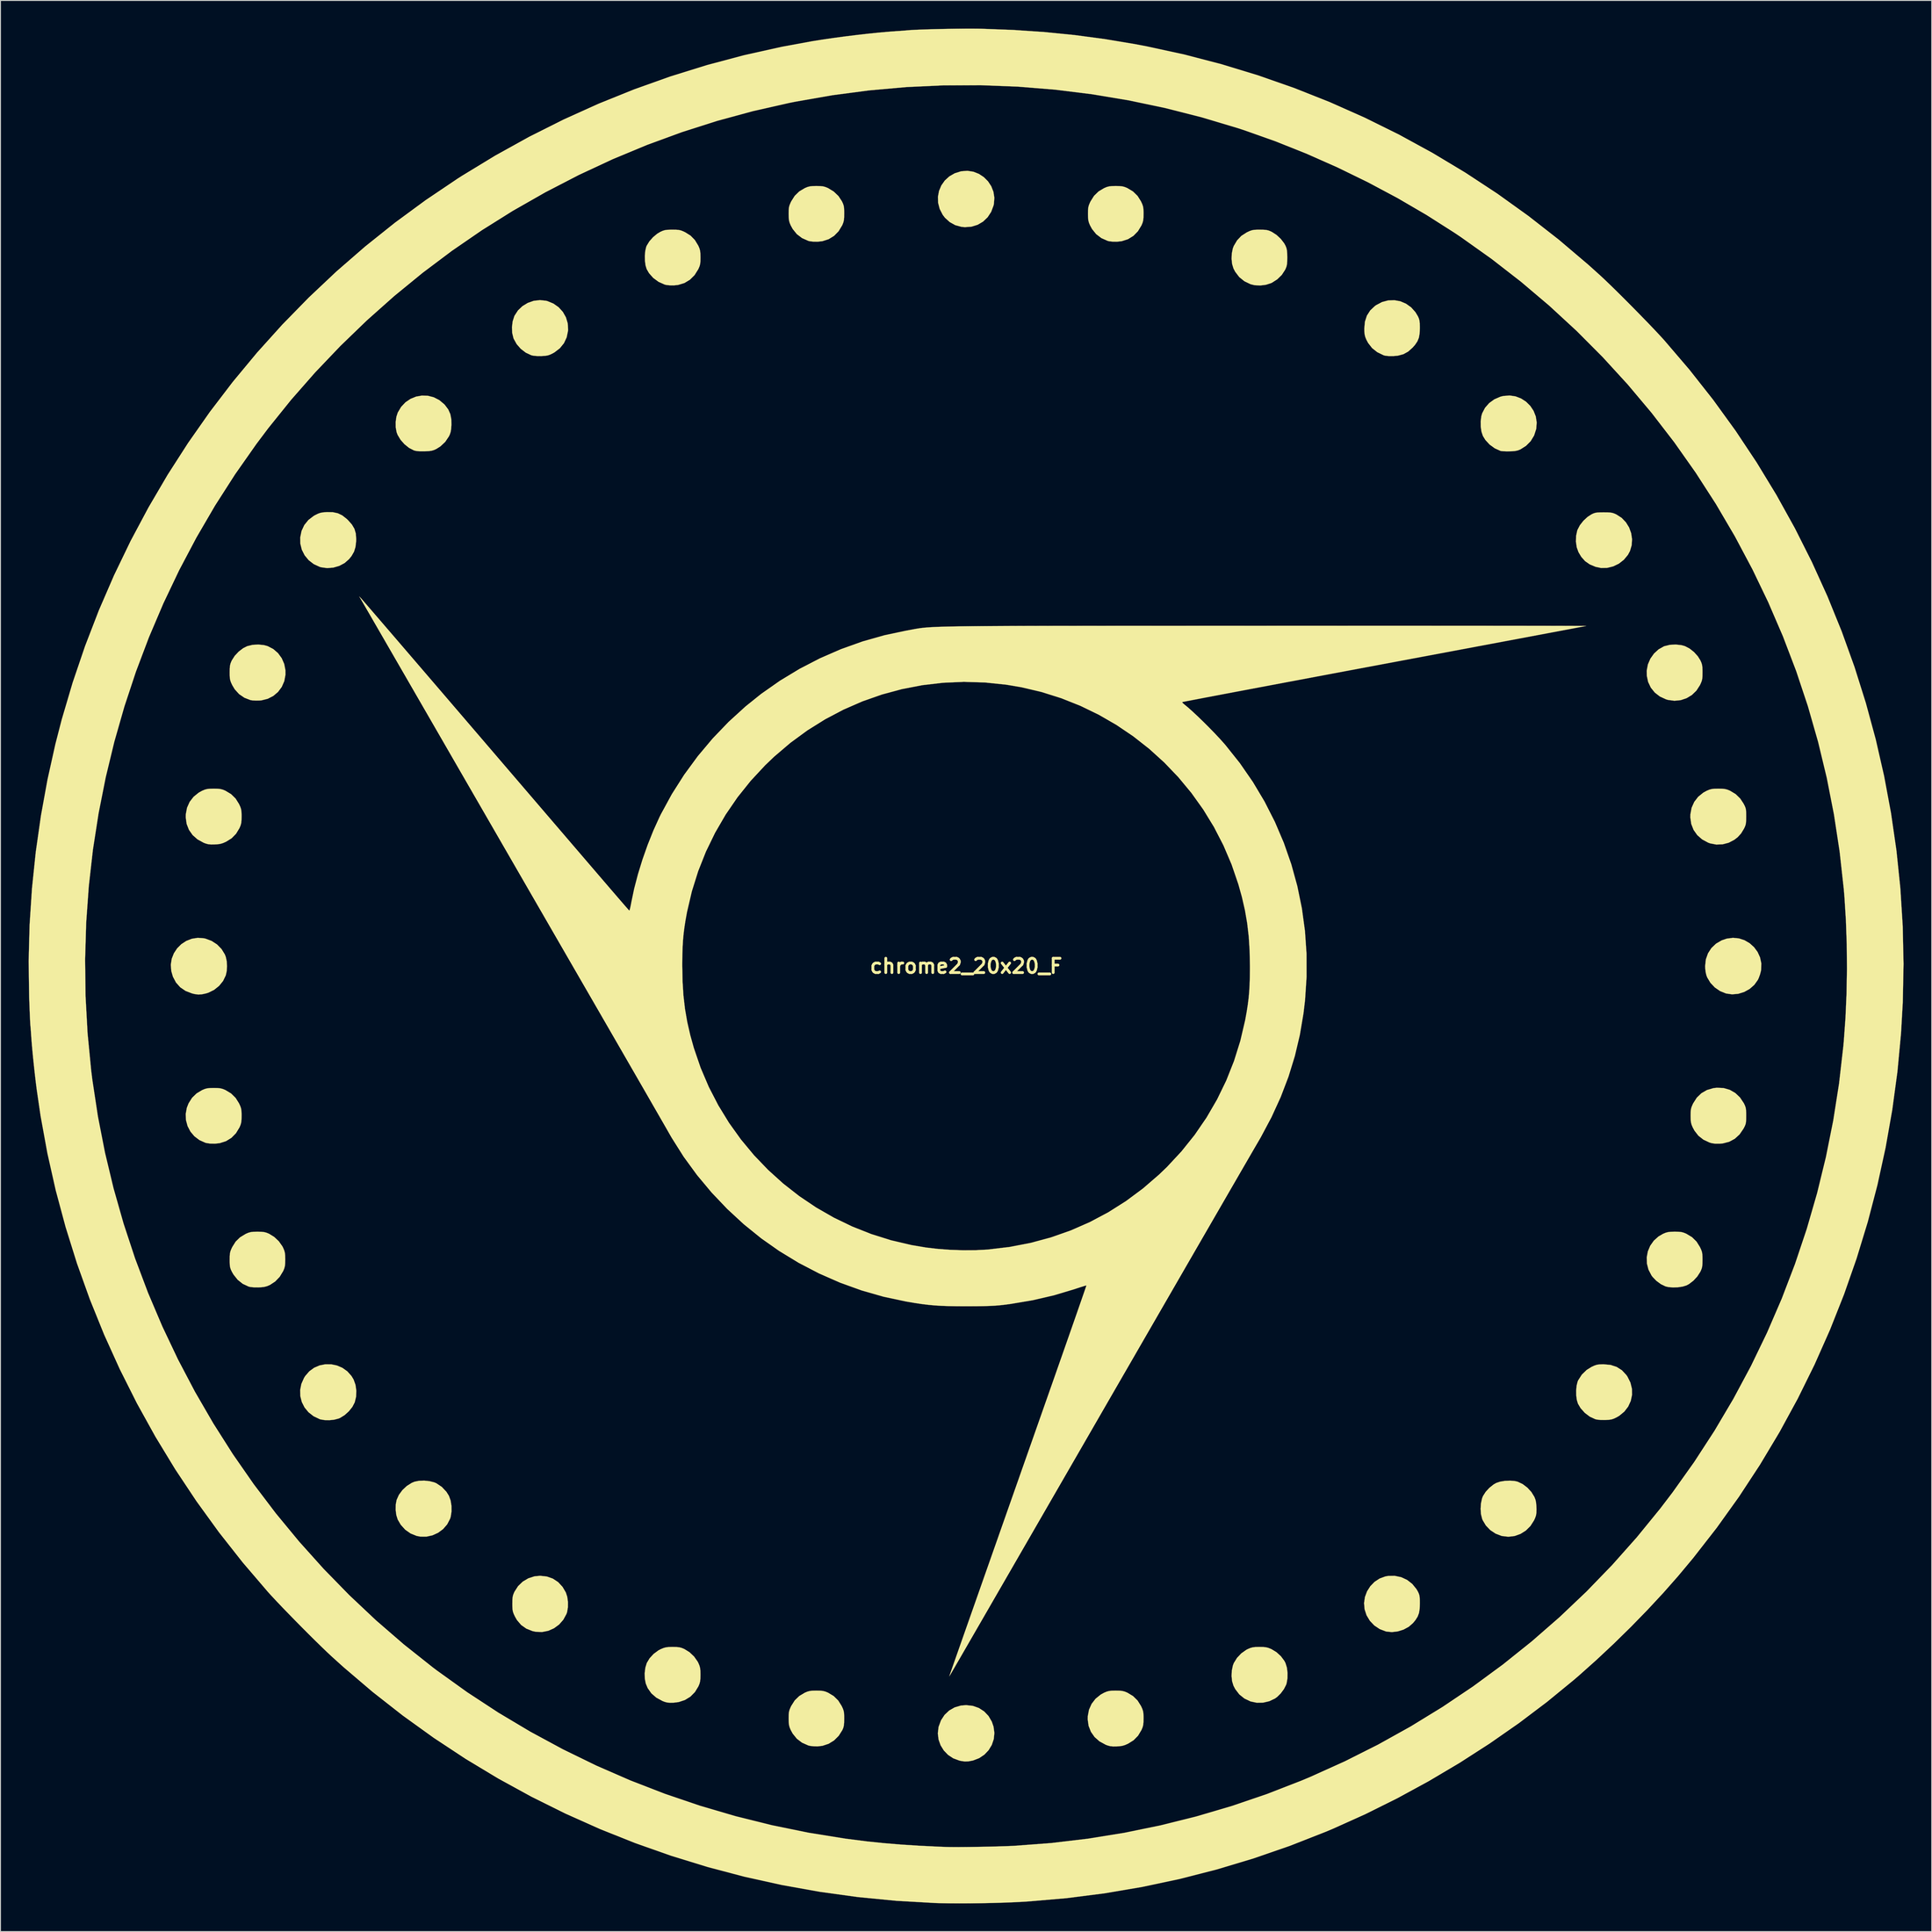
<source format=kicad_pcb>
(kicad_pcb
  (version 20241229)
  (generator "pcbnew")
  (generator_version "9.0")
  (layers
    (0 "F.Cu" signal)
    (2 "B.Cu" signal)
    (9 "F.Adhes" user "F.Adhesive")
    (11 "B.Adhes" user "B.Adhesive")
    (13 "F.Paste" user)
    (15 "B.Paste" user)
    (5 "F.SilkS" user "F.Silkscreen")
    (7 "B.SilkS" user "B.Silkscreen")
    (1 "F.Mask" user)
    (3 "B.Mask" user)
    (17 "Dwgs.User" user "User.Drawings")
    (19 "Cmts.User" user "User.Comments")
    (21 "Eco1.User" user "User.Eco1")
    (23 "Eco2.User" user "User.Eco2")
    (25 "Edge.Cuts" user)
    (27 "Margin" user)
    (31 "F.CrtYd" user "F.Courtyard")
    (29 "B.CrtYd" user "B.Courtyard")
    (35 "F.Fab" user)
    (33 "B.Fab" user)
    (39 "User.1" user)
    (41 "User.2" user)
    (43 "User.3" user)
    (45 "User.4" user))
  (footprint "chrome2_20x20_F"
    (layer "F.Cu")
    (at 99.97 99.97)
    (property "Reference" "chrome2_20x20_F" (at 0 0 0) (layer "F.SilkS") (effects (font (size 1.524 1.524) (thickness 0.3))))
    (attr through_hole)
    (fp_poly (pts (xy 0.78 -84.707) (xy 1.37 -84.474) (xy 1.895 -84.126) (xy 2.339 -83.681) (xy 2.685 -83.154) (xy 2.915 -82.566) (xy 3.014 -81.932) (xy 2.964 -81.271) (xy 2.927 -81.105) (xy 2.673 -80.428) (xy 2.294 -79.852) (xy 1.807 -79.389) (xy 1.229 -79.051) (xy 0.579 -78.85) (xy -0.126 -78.797) (xy -0.508 -78.833) (xy -1.159 -79.013) (xy -1.751 -79.342) (xy -2.257 -79.804) (xy -2.494 -80.116) (xy -2.816 -80.742) (xy -2.983 -81.388) (xy -3.003 -82.035) (xy -2.886 -82.661) (xy -2.639 -83.245) (xy -2.272 -83.768) (xy -1.793 -84.207) (xy -1.212 -84.542) (xy -0.537 -84.753) (xy -0.529 -84.755) (xy 0.141 -84.806) (xy 0.78 -84.707)) (stroke (width 0.01) (type solid)) (fill yes) (layer "F.SilkS"))
    (fp_poly (pts (xy 0.714 78.885) (xy 1.36 79.113) (xy 1.924 79.478) (xy 2.39 79.967) (xy 2.742 80.569) (xy 2.927 81.105) (xy 3.016 81.776) (xy 2.949 82.432) (xy 2.741 83.05) (xy 2.403 83.608) (xy 1.952 84.084) (xy 1.399 84.457) (xy 0.758 84.704) (xy 0.69 84.721) (xy 0.248 84.804) (xy -0.128 84.818) (xy -0.531 84.762) (xy -0.73 84.716) (xy -1.367 84.48) (xy -1.92 84.115) (xy -2.376 83.643) (xy -2.719 83.087) (xy -2.937 82.472) (xy -3.015 81.819) (xy -2.938 81.151) (xy -2.927 81.105) (xy -2.673 80.424) (xy -2.294 79.846) (xy -1.805 79.384) (xy -1.221 79.049) (xy -0.558 78.854) (xy 0 78.807) (xy 0.714 78.885)) (stroke (width 0.01) (type solid)) (fill yes) (layer "F.SilkS"))
    (fp_poly (pts (xy -81.274 -2.965) (xy -81.105 -2.927) (xy -80.45 -2.68) (xy -79.873 -2.304) (xy -79.398 -1.82) (xy -79.048 -1.249) (xy -78.945 -0.988) (xy -78.845 -0.528) (xy -78.812 0.01) (xy -78.847 0.546) (xy -78.945 0.988) (xy -79.232 1.583) (xy -79.654 2.106) (xy -80.185 2.531) (xy -80.796 2.834) (xy -81.065 2.918) (xy -81.502 3.011) (xy -81.869 3.034) (xy -82.248 2.985) (xy -82.548 2.912) (xy -83.229 2.649) (xy -83.799 2.26) (xy -84.252 1.752) (xy -84.579 1.133) (xy -84.754 0.527) (xy -84.806 -0.142) (xy -84.708 -0.779) (xy -84.475 -1.369) (xy -84.128 -1.894) (xy -83.682 -2.338) (xy -83.156 -2.683) (xy -82.567 -2.914) (xy -81.934 -3.014) (xy -81.274 -2.965)) (stroke (width 0.01) (type solid)) (fill yes) (layer "F.SilkS"))
    (fp_poly (pts (xy -67.696 42.464) (xy -67.082 42.593) (xy -66.503 42.844) (xy -65.982 43.216) (xy -65.544 43.707) (xy -65.315 44.086) (xy -65.112 44.653) (xy -65.023 45.289) (xy -65.053 45.937) (xy -65.196 46.524) (xy -65.447 47.007) (xy -65.821 47.474) (xy -66.271 47.879) (xy -66.754 48.179) (xy -66.915 48.248) (xy -67.367 48.366) (xy -67.884 48.422) (xy -68.398 48.414) (xy -68.841 48.34) (xy -68.932 48.311) (xy -69.584 47.998) (xy -70.123 47.575) (xy -70.543 47.064) (xy -70.835 46.486) (xy -70.994 45.861) (xy -71.012 45.21) (xy -70.883 44.554) (xy -70.599 43.914) (xy -70.474 43.715) (xy -70.035 43.207) (xy -69.515 42.829) (xy -68.936 42.58) (xy -68.322 42.459) (xy -67.696 42.464)) (stroke (width 0.01) (type solid)) (fill yes) (layer "F.SilkS"))
    (fp_poly (pts (xy -57.21 54.926) (xy -56.702 55.057) (xy -56.491 55.148) (xy -55.903 55.542) (xy -55.417 56.06) (xy -55.148 56.491) (xy -54.97 56.981) (xy -54.877 57.557) (xy -54.872 58.157) (xy -54.958 58.717) (xy -55.028 58.94) (xy -55.337 59.532) (xy -55.77 60.031) (xy -56.3 60.424) (xy -56.901 60.698) (xy -57.547 60.839) (xy -58.211 60.835) (xy -58.595 60.76) (xy -59.238 60.501) (xy -59.808 60.1) (xy -60.282 59.576) (xy -60.606 59.023) (xy -60.757 58.545) (xy -60.829 57.987) (xy -60.818 57.417) (xy -60.725 56.925) (xy -60.483 56.385) (xy -60.108 55.876) (xy -59.638 55.436) (xy -59.109 55.104) (xy -58.813 54.981) (xy -58.331 54.883) (xy -57.775 54.866) (xy -57.21 54.926)) (stroke (width 0.01) (type solid)) (fill yes) (layer "F.SilkS"))
    (fp_poly (pts (xy 82.412 -2.953) (xy 83.013 -2.753) (xy 83.557 -2.435) (xy 84.024 -2.014) (xy 84.398 -1.507) (xy 84.661 -0.931) (xy 84.795 -0.303) (xy 84.783 0.361) (xy 84.755 0.529) (xy 84.659 0.897) (xy 84.522 1.271) (xy 84.43 1.469) (xy 84.049 2.001) (xy 83.554 2.435) (xy 82.974 2.757) (xy 82.341 2.954) (xy 81.686 3.013) (xy 81.039 2.921) (xy 81.026 2.917) (xy 80.4 2.663) (xy 79.841 2.277) (xy 79.376 1.787) (xy 79.036 1.221) (xy 78.945 0.988) (xy 78.871 0.679) (xy 78.821 0.295) (xy 78.807 0) (xy 78.885 -0.714) (xy 79.113 -1.36) (xy 79.478 -1.924) (xy 79.967 -2.39) (xy 80.569 -2.742) (xy 81.105 -2.927) (xy 81.77 -3.016) (xy 82.412 -2.953)) (stroke (width 0.01) (type solid)) (fill yes) (layer "F.SilkS"))
    (fp_poly (pts (xy -67.527 -48.4) (xy -66.998 -48.288) (xy -66.523 -48.058) (xy -66.055 -47.691) (xy -65.906 -47.549) (xy -65.497 -47.087) (xy -65.227 -46.63) (xy -65.08 -46.131) (xy -65.037 -45.546) (xy -65.044 -45.297) (xy -65.113 -44.693) (xy -65.269 -44.19) (xy -65.533 -43.729) (xy -65.798 -43.398) (xy -66.272 -42.982) (xy -66.844 -42.677) (xy -67.476 -42.493) (xy -68.131 -42.44) (xy -68.771 -42.527) (xy -68.93 -42.574) (xy -69.565 -42.868) (xy -70.104 -43.285) (xy -70.532 -43.804) (xy -70.834 -44.401) (xy -70.995 -45.056) (xy -71.006 -45.702) (xy -70.861 -46.407) (xy -70.567 -47.033) (xy -70.134 -47.569) (xy -69.567 -48.004) (xy -69.407 -48.095) (xy -69.103 -48.244) (xy -68.836 -48.336) (xy -68.536 -48.386) (xy -68.157 -48.412) (xy -67.527 -48.4)) (stroke (width 0.01) (type solid)) (fill yes) (layer "F.SilkS"))
    (fp_poly (pts (xy 46.399 65.166) (xy 47.027 65.456) (xy 47.575 65.883) (xy 48.023 66.434) (xy 48.162 66.671) (xy 48.265 66.884) (xy 48.331 67.081) (xy 48.368 67.309) (xy 48.384 67.618) (xy 48.386 67.987) (xy 48.366 68.545) (xy 48.293 68.988) (xy 48.151 69.366) (xy 47.921 69.732) (xy 47.655 70.056) (xy 47.204 70.45) (xy 46.648 70.751) (xy 46.033 70.945) (xy 45.403 71.019) (xy 44.803 70.957) (xy 44.767 70.949) (xy 44.11 70.699) (xy 43.533 70.314) (xy 43.057 69.814) (xy 42.702 69.221) (xy 42.496 68.591) (xy 42.438 67.926) (xy 42.531 67.278) (xy 42.759 66.67) (xy 43.106 66.124) (xy 43.555 65.663) (xy 44.093 65.309) (xy 44.702 65.085) (xy 44.984 65.033) (xy 45.711 65.021) (xy 46.399 65.166)) (stroke (width 0.01) (type solid)) (fill yes) (layer "F.SilkS"))
    (fp_poly (pts (xy -44.708 65.092) (xy -44.063 65.32) (xy -43.5 65.693) (xy -43.028 66.206) (xy -42.681 66.798) (xy -42.53 67.261) (xy -42.457 67.806) (xy -42.461 68.367) (xy -42.545 68.877) (xy -42.614 69.081) (xy -42.95 69.698) (xy -43.4 70.211) (xy -43.941 70.608) (xy -44.549 70.878) (xy -45.201 71.009) (xy -45.874 70.989) (xy -46.228 70.914) (xy -46.893 70.651) (xy -47.446 70.26) (xy -47.891 69.739) (xy -48.108 69.361) (xy -48.242 69.075) (xy -48.324 68.84) (xy -48.368 68.597) (xy -48.385 68.286) (xy -48.387 67.989) (xy -48.381 67.585) (xy -48.356 67.294) (xy -48.302 67.059) (xy -48.209 66.823) (xy -48.15 66.701) (xy -47.772 66.115) (xy -47.277 65.639) (xy -46.69 65.288) (xy -46.034 65.075) (xy -45.429 65.015) (xy -44.708 65.092)) (stroke (width 0.01) (type solid)) (fill yes) (layer "F.SilkS"))
    (fp_poly (pts (xy 58.585 -60.754) (xy 59.181 -60.526) (xy 59.713 -60.181) (xy 60.162 -59.735) (xy 60.513 -59.207) (xy 60.747 -58.614) (xy 60.847 -57.972) (xy 60.797 -57.299) (xy 60.79 -57.267) (xy 60.568 -56.578) (xy 60.203 -55.977) (xy 59.706 -55.477) (xy 59.111 -55.101) (xy 58.853 -54.995) (xy 58.569 -54.931) (xy 58.203 -54.897) (xy 57.954 -54.889) (xy 57.586 -54.888) (xy 57.261 -54.902) (xy 57.031 -54.927) (xy 56.981 -54.939) (xy 56.374 -55.215) (xy 55.824 -55.615) (xy 55.371 -56.109) (xy 55.111 -56.533) (xy 54.959 -56.984) (xy 54.879 -57.527) (xy 54.873 -58.099) (xy 54.943 -58.64) (xy 55.031 -58.945) (xy 55.339 -59.534) (xy 55.78 -60.038) (xy 56.33 -60.437) (xy 56.964 -60.713) (xy 57.267 -60.79) (xy 57.941 -60.848) (xy 58.585 -60.754)) (stroke (width 0.01) (type solid)) (fill yes) (layer "F.SilkS"))
    (fp_poly (pts (xy -44.79 -70.948) (xy -44.657 -70.914) (xy -44.008 -70.648) (xy -43.451 -70.256) (xy -43.001 -69.76) (xy -42.672 -69.18) (xy -42.48 -68.538) (xy -42.439 -67.856) (xy -42.447 -67.751) (xy -42.593 -67.046) (xy -42.886 -66.421) (xy -43.32 -65.885) (xy -43.887 -65.449) (xy -44.046 -65.358) (xy -44.344 -65.211) (xy -44.6 -65.122) (xy -44.883 -65.075) (xy -45.262 -65.052) (xy -45.297 -65.05) (xy -45.78 -65.054) (xy -46.182 -65.096) (xy -46.37 -65.141) (xy -46.954 -65.415) (xy -47.485 -65.822) (xy -47.926 -66.327) (xy -48.241 -66.896) (xy -48.264 -66.954) (xy -48.399 -67.512) (xy -48.427 -68.133) (xy -48.351 -68.753) (xy -48.174 -69.307) (xy -48.148 -69.361) (xy -47.785 -69.919) (xy -47.306 -70.376) (xy -46.738 -70.72) (xy -46.111 -70.939) (xy -45.452 -71.019) (xy -44.79 -70.948)) (stroke (width 0.01) (type solid)) (fill yes) (layer "F.SilkS"))
    (fp_poly (pts (xy 68.406 -48.383) (xy 68.706 -48.364) (xy 68.937 -48.321) (xy 69.15 -48.247) (xy 69.354 -48.152) (xy 69.908 -47.793) (xy 70.358 -47.323) (xy 70.698 -46.771) (xy 70.919 -46.162) (xy 71.013 -45.524) (xy 70.974 -44.883) (xy 70.794 -44.266) (xy 70.576 -43.857) (xy 70.139 -43.33) (xy 69.606 -42.915) (xy 69.004 -42.624) (xy 68.362 -42.466) (xy 67.707 -42.453) (xy 67.127 -42.575) (xy 66.504 -42.838) (xy 66.006 -43.184) (xy 65.6 -43.642) (xy 65.305 -44.136) (xy 65.118 -44.655) (xy 65.031 -45.252) (xy 65.047 -45.867) (xy 65.169 -46.438) (xy 65.198 -46.522) (xy 65.453 -47.011) (xy 65.827 -47.487) (xy 66.274 -47.901) (xy 66.675 -48.163) (xy 66.887 -48.266) (xy 67.084 -48.332) (xy 67.314 -48.368) (xy 67.625 -48.384) (xy 67.987 -48.387) (xy 68.406 -48.383)) (stroke (width 0.01) (type solid)) (fill yes) (layer "F.SilkS"))
    (fp_poly (pts (xy 76.288 -34.221) (xy 76.662 -34.115) (xy 77.149 -33.86) (xy 77.621 -33.486) (xy 78.027 -33.036) (xy 78.292 -32.613) (xy 78.407 -32.358) (xy 78.477 -32.13) (xy 78.514 -31.872) (xy 78.527 -31.526) (xy 78.528 -31.325) (xy 78.523 -30.929) (xy 78.5 -30.644) (xy 78.447 -30.409) (xy 78.351 -30.166) (xy 78.25 -29.953) (xy 77.875 -29.373) (xy 77.391 -28.908) (xy 76.822 -28.566) (xy 76.192 -28.358) (xy 75.527 -28.294) (xy 74.849 -28.384) (xy 74.634 -28.447) (xy 73.981 -28.749) (xy 73.438 -29.17) (xy 73.017 -29.694) (xy 72.729 -30.302) (xy 72.586 -30.977) (xy 72.58 -31.512) (xy 72.705 -32.169) (xy 72.971 -32.784) (xy 73.357 -33.328) (xy 73.841 -33.773) (xy 74.404 -34.09) (xy 74.472 -34.116) (xy 75.04 -34.256) (xy 75.67 -34.291) (xy 76.288 -34.221)) (stroke (width 0.01) (type solid)) (fill yes) (layer "F.SilkS"))
    (fp_poly (pts (xy -74.859 -34.225) (xy -74.476 -34.118) (xy -73.879 -33.808) (xy -73.376 -33.372) (xy -72.982 -32.834) (xy -72.713 -32.217) (xy -72.582 -31.546) (xy -72.579 -31.071) (xy -72.707 -30.384) (xy -72.978 -29.766) (xy -73.374 -29.235) (xy -73.878 -28.809) (xy -74.471 -28.505) (xy -75.137 -28.339) (xy -75.366 -28.318) (xy -75.727 -28.313) (xy -76.067 -28.33) (xy -76.307 -28.365) (xy -76.954 -28.614) (xy -77.522 -29.003) (xy -77.988 -29.517) (xy -78.25 -29.953) (xy -78.383 -30.238) (xy -78.465 -30.472) (xy -78.509 -30.715) (xy -78.526 -31.025) (xy -78.528 -31.325) (xy -78.522 -31.729) (xy -78.497 -32.021) (xy -78.443 -32.256) (xy -78.349 -32.492) (xy -78.291 -32.613) (xy -77.985 -33.09) (xy -77.569 -33.533) (xy -77.094 -33.896) (xy -76.662 -34.115) (xy -76.097 -34.254) (xy -75.472 -34.291) (xy -74.859 -34.225)) (stroke (width 0.01) (type solid)) (fill yes) (layer "F.SilkS"))
    (fp_poly (pts (xy -57.389 -60.815) (xy -56.767 -60.655) (xy -56.179 -60.355) (xy -55.648 -59.911) (xy -55.58 -59.837) (xy -55.225 -59.364) (xy -55 -58.863) (xy -54.891 -58.293) (xy -54.883 -57.7) (xy -54.912 -57.277) (xy -54.965 -56.961) (xy -55.053 -56.692) (xy -55.148 -56.491) (xy -55.543 -55.903) (xy -56.062 -55.416) (xy -56.491 -55.147) (xy -56.741 -55.032) (xy -56.983 -54.959) (xy -57.273 -54.917) (xy -57.667 -54.895) (xy -57.743 -54.892) (xy -58.28 -54.894) (xy -58.676 -54.937) (xy -58.886 -54.993) (xy -59.403 -55.261) (xy -59.889 -55.652) (xy -60.307 -56.125) (xy -60.616 -56.64) (xy -60.725 -56.925) (xy -60.821 -57.445) (xy -60.828 -58.02) (xy -60.749 -58.58) (xy -60.603 -59.027) (xy -60.241 -59.635) (xy -59.779 -60.123) (xy -59.241 -60.488) (xy -58.648 -60.728) (xy -58.024 -60.838) (xy -57.389 -60.815)) (stroke (width 0.01) (type solid)) (fill yes) (layer "F.SilkS"))
    (fp_poly (pts (xy 46.307 -70.89) (xy 46.911 -70.633) (xy 47.455 -70.245) (xy 47.915 -69.731) (xy 48.188 -69.276) (xy 48.283 -69.055) (xy 48.343 -68.832) (xy 48.374 -68.554) (xy 48.385 -68.173) (xy 48.386 -68.03) (xy 48.363 -67.461) (xy 48.282 -67.007) (xy 48.123 -66.618) (xy 47.869 -66.243) (xy 47.62 -65.959) (xy 47.146 -65.534) (xy 46.635 -65.252) (xy 46.049 -65.094) (xy 45.558 -65.048) (xy 45.046 -65.051) (xy 44.658 -65.098) (xy 44.521 -65.137) (xy 43.846 -65.465) (xy 43.298 -65.898) (xy 42.87 -66.448) (xy 42.683 -66.798) (xy 42.566 -67.085) (xy 42.498 -67.362) (xy 42.468 -67.696) (xy 42.463 -67.987) (xy 42.531 -68.721) (xy 42.741 -69.364) (xy 43.096 -69.919) (xy 43.595 -70.388) (xy 43.723 -70.479) (xy 44.349 -70.809) (xy 45.003 -70.984) (xy 45.663 -71.009) (xy 46.307 -70.89)) (stroke (width 0.01) (type solid)) (fill yes) (layer "F.SilkS"))
    (fp_poly (pts (xy 58.516 54.911) (xy 58.813 54.981) (xy 59.353 55.239) (xy 59.856 55.621) (xy 60.284 56.09) (xy 60.602 56.61) (xy 60.722 56.925) (xy 60.775 57.19) (xy 60.812 57.548) (xy 60.827 57.918) (xy 60.817 58.294) (xy 60.771 58.582) (xy 60.671 58.867) (xy 60.556 59.114) (xy 60.176 59.708) (xy 59.69 60.19) (xy 59.12 60.548) (xy 58.49 60.773) (xy 57.824 60.851) (xy 57.145 60.773) (xy 57.098 60.761) (xy 56.461 60.517) (xy 55.895 60.14) (xy 55.428 59.654) (xy 55.087 59.083) (xy 55.029 58.94) (xy 54.906 58.445) (xy 54.865 57.875) (xy 54.904 57.295) (xy 55.019 56.768) (xy 55.118 56.515) (xy 55.404 56.067) (xy 55.799 55.636) (xy 56.248 55.278) (xy 56.529 55.117) (xy 56.95 54.975) (xy 57.466 54.891) (xy 58.01 54.869) (xy 58.516 54.911)) (stroke (width 0.01) (type solid)) (fill yes) (layer "F.SilkS"))
    (fp_poly (pts (xy 68.726 42.531) (xy 69.373 42.743) (xy 69.93 43.097) (xy 70.398 43.595) (xy 70.522 43.775) (xy 70.839 44.41) (xy 71 45.069) (xy 71.01 45.731) (xy 70.875 46.372) (xy 70.601 46.97) (xy 70.194 47.502) (xy 69.66 47.945) (xy 69.407 48.095) (xy 69.11 48.242) (xy 68.853 48.331) (xy 68.57 48.379) (xy 68.191 48.402) (xy 68.157 48.403) (xy 67.674 48.4) (xy 67.272 48.357) (xy 67.083 48.312) (xy 66.505 48.042) (xy 65.973 47.638) (xy 65.528 47.138) (xy 65.249 46.666) (xy 65.127 46.271) (xy 65.062 45.779) (xy 65.055 45.249) (xy 65.104 44.739) (xy 65.211 44.309) (xy 65.266 44.178) (xy 65.661 43.562) (xy 66.176 43.063) (xy 66.699 42.739) (xy 67.006 42.597) (xy 67.259 42.513) (xy 67.528 42.473) (xy 67.88 42.461) (xy 67.986 42.46) (xy 68.726 42.531)) (stroke (width 0.01) (type solid)) (fill yes) (layer "F.SilkS"))
    (fp_poly (pts (xy 31.686 72.609) (xy 31.983 72.64) (xy 32.239 72.706) (xy 32.519 72.82) (xy 32.574 72.845) (xy 33.097 73.163) (xy 33.566 73.591) (xy 33.934 74.083) (xy 34.057 74.319) (xy 34.205 74.798) (xy 34.277 75.362) (xy 34.269 75.94) (xy 34.18 76.466) (xy 34.126 76.636) (xy 33.889 77.1) (xy 33.551 77.556) (xy 33.161 77.94) (xy 32.942 78.099) (xy 32.332 78.388) (xy 31.667 78.541) (xy 30.989 78.551) (xy 30.342 78.415) (xy 30.336 78.413) (xy 29.681 78.104) (xy 29.137 77.666) (xy 28.703 77.1) (xy 28.512 76.736) (xy 28.368 76.263) (xy 28.31 75.707) (xy 28.337 75.128) (xy 28.447 74.59) (xy 28.548 74.321) (xy 28.887 73.774) (xy 29.347 73.287) (xy 29.882 72.909) (xy 30.04 72.828) (xy 30.313 72.713) (xy 30.565 72.644) (xy 30.859 72.611) (xy 31.255 72.602) (xy 31.284 72.602) (xy 31.686 72.609)) (stroke (width 0.01) (type solid)) (fill yes) (layer "F.SilkS"))
    (fp_poly (pts (xy -79.815 13.004) (xy -79.517 13.036) (xy -79.264 13.102) (xy -78.995 13.214) (xy -78.984 13.219) (xy -78.377 13.584) (xy -77.896 14.056) (xy -77.534 14.633) (xy -77.398 14.927) (xy -77.316 15.169) (xy -77.274 15.424) (xy -77.259 15.755) (xy -77.258 15.958) (xy -77.266 16.364) (xy -77.298 16.663) (xy -77.364 16.916) (xy -77.475 17.184) (xy -77.481 17.197) (xy -77.858 17.818) (xy -78.341 18.31) (xy -78.919 18.666) (xy -79.58 18.878) (xy -80.079 18.936) (xy -80.612 18.928) (xy -81.049 18.859) (xy -81.122 18.838) (xy -81.757 18.552) (xy -82.291 18.146) (xy -82.713 17.644) (xy -83.014 17.067) (xy -83.185 16.438) (xy -83.217 15.78) (xy -83.098 15.115) (xy -82.909 14.633) (xy -82.535 14.042) (xy -82.051 13.573) (xy -81.459 13.219) (xy -81.189 13.106) (xy -80.936 13.038) (xy -80.64 13.005) (xy -80.239 12.996) (xy -80.222 12.996) (xy -79.815 13.004)) (stroke (width 0.01) (type solid)) (fill yes) (layer "F.SilkS"))
    (fp_poly (pts (xy 75.97 28.33) (xy 76.267 28.36) (xy 76.517 28.425) (xy 76.783 28.535) (xy 76.803 28.544) (xy 77.409 28.909) (xy 77.89 29.38) (xy 78.252 29.959) (xy 78.384 30.242) (xy 78.466 30.475) (xy 78.509 30.718) (xy 78.525 31.029) (xy 78.527 31.325) (xy 78.521 31.725) (xy 78.497 32.012) (xy 78.444 32.243) (xy 78.352 32.473) (xy 78.28 32.62) (xy 77.965 33.107) (xy 77.549 33.552) (xy 77.082 33.908) (xy 76.815 34.051) (xy 76.406 34.176) (xy 75.906 34.25) (xy 75.378 34.268) (xy 74.89 34.227) (xy 74.581 34.154) (xy 74.088 33.915) (xy 73.608 33.561) (xy 73.202 33.141) (xy 73.088 32.986) (xy 72.768 32.369) (xy 72.601 31.72) (xy 72.58 31.063) (xy 72.7 30.423) (xy 72.953 29.822) (xy 73.332 29.284) (xy 73.832 28.834) (xy 74.321 28.549) (xy 74.596 28.434) (xy 74.854 28.366) (xy 75.156 28.332) (xy 75.565 28.323) (xy 75.97 28.33)) (stroke (width 0.01) (type solid)) (fill yes) (layer "F.SilkS"))
    (fp_poly (pts (xy 80.628 -18.915) (xy 80.927 -18.883) (xy 81.18 -18.817) (xy 81.449 -18.705) (xy 81.459 -18.7) (xy 82.064 -18.337) (xy 82.55 -17.863) (xy 82.897 -17.337) (xy 83.03 -17.082) (xy 83.114 -16.873) (xy 83.161 -16.659) (xy 83.181 -16.385) (xy 83.185 -16) (xy 83.185 -15.96) (xy 83.18 -15.552) (xy 83.16 -15.262) (xy 83.114 -15.037) (xy 83.033 -14.825) (xy 82.946 -14.647) (xy 82.64 -14.145) (xy 82.277 -13.747) (xy 81.915 -13.467) (xy 81.32 -13.156) (xy 80.666 -12.987) (xy 79.992 -12.963) (xy 79.335 -13.089) (xy 79.129 -13.164) (xy 78.488 -13.511) (xy 77.967 -13.969) (xy 77.578 -14.522) (xy 77.329 -15.155) (xy 77.229 -15.851) (xy 77.237 -16.187) (xy 77.367 -16.882) (xy 77.648 -17.51) (xy 78.066 -18.053) (xy 78.611 -18.495) (xy 78.984 -18.7) (xy 79.254 -18.814) (xy 79.507 -18.882) (xy 79.803 -18.914) (xy 80.204 -18.923) (xy 80.222 -18.923) (xy 80.628 -18.915)) (stroke (width 0.01) (type solid)) (fill yes) (layer "F.SilkS"))
    (fp_poly (pts (xy 80.773 13.005) (xy 81.432 13.194) (xy 82.02 13.531) (xy 82.524 14.008) (xy 82.93 14.617) (xy 82.946 14.647) (xy 83.058 14.883) (xy 83.129 15.094) (xy 83.167 15.331) (xy 83.183 15.648) (xy 83.185 15.96) (xy 83.181 16.357) (xy 83.163 16.638) (xy 83.12 16.855) (xy 83.039 17.062) (xy 82.911 17.312) (xy 82.897 17.337) (xy 82.482 17.943) (xy 81.973 18.409) (xy 81.373 18.732) (xy 80.689 18.909) (xy 80.35 18.94) (xy 79.874 18.939) (xy 79.485 18.877) (xy 79.273 18.813) (xy 78.621 18.506) (xy 78.092 18.089) (xy 77.671 17.548) (xy 77.478 17.187) (xy 77.366 16.921) (xy 77.299 16.67) (xy 77.267 16.372) (xy 77.258 15.968) (xy 77.258 15.958) (xy 77.264 15.569) (xy 77.292 15.286) (xy 77.353 15.045) (xy 77.462 14.784) (xy 77.534 14.633) (xy 77.919 14.031) (xy 78.412 13.556) (xy 79.002 13.216) (xy 79.68 13.017) (xy 80.058 12.972) (xy 80.773 13.005)) (stroke (width 0.01) (type solid)) (fill yes) (layer "F.SilkS"))
    (fp_poly (pts (xy -79.815 -18.915) (xy -79.517 -18.883) (xy -79.264 -18.817) (xy -78.995 -18.705) (xy -78.984 -18.7) (xy -78.377 -18.335) (xy -77.896 -17.863) (xy -77.534 -17.286) (xy -77.398 -16.993) (xy -77.316 -16.75) (xy -77.274 -16.495) (xy -77.259 -16.165) (xy -77.258 -15.962) (xy -77.266 -15.555) (xy -77.298 -15.256) (xy -77.364 -15.004) (xy -77.475 -14.736) (xy -77.481 -14.722) (xy -77.847 -14.115) (xy -78.319 -13.634) (xy -78.895 -13.272) (xy -79.238 -13.119) (xy -79.54 -13.03) (xy -79.881 -12.986) (xy -80.135 -12.973) (xy -80.531 -12.97) (xy -80.832 -13.002) (xy -81.113 -13.08) (xy -81.314 -13.159) (xy -81.959 -13.513) (xy -82.481 -13.975) (xy -82.87 -14.53) (xy -83.117 -15.163) (xy -83.214 -15.86) (xy -83.207 -16.187) (xy -83.076 -16.882) (xy -82.796 -17.51) (xy -82.377 -18.053) (xy -81.832 -18.495) (xy -81.459 -18.7) (xy -81.189 -18.814) (xy -80.936 -18.882) (xy -80.64 -18.914) (xy -80.239 -18.923) (xy -80.222 -18.923) (xy -79.815 -18.915)) (stroke (width 0.01) (type solid)) (fill yes) (layer "F.SilkS"))
    (fp_poly (pts (xy 16.366 77.266) (xy 16.665 77.298) (xy 16.918 77.364) (xy 17.187 77.476) (xy 17.197 77.481) (xy 17.804 77.846) (xy 18.285 78.318) (xy 18.647 78.895) (xy 18.783 79.189) (xy 18.865 79.431) (xy 18.907 79.686) (xy 18.922 80.017) (xy 18.923 80.22) (xy 18.915 80.626) (xy 18.884 80.925) (xy 18.818 81.178) (xy 18.706 81.446) (xy 18.7 81.459) (xy 18.335 82.067) (xy 17.863 82.547) (xy 17.286 82.909) (xy 16.943 83.063) (xy 16.642 83.152) (xy 16.3 83.196) (xy 16.046 83.208) (xy 15.651 83.211) (xy 15.349 83.179) (xy 15.069 83.101) (xy 14.867 83.022) (xy 14.222 82.668) (xy 13.701 82.207) (xy 13.312 81.652) (xy 13.064 81.018) (xy 12.967 80.321) (xy 12.975 79.994) (xy 13.105 79.299) (xy 13.386 78.672) (xy 13.804 78.128) (xy 14.349 77.686) (xy 14.722 77.481) (xy 14.992 77.368) (xy 15.245 77.3) (xy 15.541 77.267) (xy 15.942 77.258) (xy 15.96 77.258) (xy 16.366 77.266)) (stroke (width 0.01) (type solid)) (fill yes) (layer "F.SilkS"))
    (fp_poly (pts (xy 31.725 -78.521) (xy 32.012 -78.497) (xy 32.243 -78.444) (xy 32.473 -78.352) (xy 32.62 -78.28) (xy 33.107 -77.964) (xy 33.558 -77.544) (xy 33.921 -77.072) (xy 34.063 -76.811) (xy 34.155 -76.579) (xy 34.211 -76.332) (xy 34.239 -76.02) (xy 34.248 -75.592) (xy 34.248 -75.565) (xy 34.242 -75.154) (xy 34.221 -74.859) (xy 34.173 -74.627) (xy 34.09 -74.404) (xy 34.013 -74.241) (xy 33.662 -73.704) (xy 33.182 -73.236) (xy 32.613 -72.873) (xy 32.529 -72.833) (xy 31.975 -72.652) (xy 31.366 -72.576) (xy 30.766 -72.607) (xy 30.336 -72.712) (xy 29.676 -73.03) (xy 29.131 -73.471) (xy 28.698 -74.038) (xy 28.512 -74.394) (xy 28.37 -74.863) (xy 28.311 -75.415) (xy 28.335 -75.988) (xy 28.441 -76.518) (xy 28.545 -76.793) (xy 28.904 -77.396) (xy 29.354 -77.868) (xy 29.918 -78.232) (xy 29.953 -78.25) (xy 30.238 -78.383) (xy 30.473 -78.465) (xy 30.715 -78.509) (xy 31.024 -78.525) (xy 31.325 -78.527) (xy 31.725 -78.521)) (stroke (width 0.01) (type solid)) (fill yes) (layer "F.SilkS"))
    (fp_poly (pts (xy -30.93 -78.523) (xy -30.645 -78.5) (xy -30.411 -78.447) (xy -30.169 -78.352) (xy -29.953 -78.25) (xy -29.382 -77.891) (xy -28.926 -77.426) (xy -28.563 -76.83) (xy -28.545 -76.793) (xy -28.432 -76.526) (xy -28.364 -76.275) (xy -28.332 -75.978) (xy -28.322 -75.574) (xy -28.322 -75.565) (xy -28.328 -75.171) (xy -28.356 -74.885) (xy -28.417 -74.645) (xy -28.524 -74.391) (xy -28.568 -74.3) (xy -28.958 -73.68) (xy -29.45 -73.192) (xy -30.034 -72.842) (xy -30.698 -72.638) (xy -31.156 -72.587) (xy -31.601 -72.591) (xy -31.987 -72.637) (xy -32.149 -72.677) (xy -32.796 -72.968) (xy -33.359 -73.381) (xy -33.811 -73.891) (xy -34.06 -74.323) (xy -34.18 -74.713) (xy -34.246 -75.203) (xy -34.257 -75.733) (xy -34.214 -76.244) (xy -34.116 -76.677) (xy -34.063 -76.811) (xy -33.779 -77.276) (xy -33.384 -77.724) (xy -32.931 -78.101) (xy -32.607 -78.293) (xy -32.354 -78.407) (xy -32.123 -78.477) (xy -31.859 -78.513) (xy -31.506 -78.526) (xy -31.325 -78.527) (xy -30.93 -78.523)) (stroke (width 0.01) (type solid)) (fill yes) (layer "F.SilkS"))
    (fp_poly (pts (xy -30.879 72.61) (xy -30.581 72.641) (xy -30.328 72.707) (xy -30.058 72.819) (xy -30.04 72.828) (xy -29.492 73.168) (xy -29.006 73.629) (xy -28.629 74.163) (xy -28.548 74.321) (xy -28.434 74.594) (xy -28.365 74.849) (xy -28.332 75.145) (xy -28.324 75.546) (xy -28.324 75.565) (xy -28.332 75.971) (xy -28.364 76.271) (xy -28.43 76.526) (xy -28.543 76.797) (xy -28.548 76.809) (xy -28.92 77.417) (xy -29.405 77.905) (xy -29.989 78.262) (xy -30.657 78.481) (xy -31.2 78.548) (xy -31.587 78.554) (xy -31.879 78.527) (xy -32.149 78.455) (xy -32.377 78.366) (xy -33.034 78.009) (xy -33.561 77.55) (xy -33.952 76.993) (xy -34.157 76.503) (xy -34.259 75.979) (xy -34.273 75.392) (xy -34.202 74.814) (xy -34.05 74.316) (xy -34.05 74.315) (xy -33.746 73.809) (xy -33.319 73.346) (xy -32.814 72.972) (xy -32.574 72.845) (xy -32.284 72.722) (xy -32.028 72.649) (xy -31.742 72.613) (xy -31.363 72.602) (xy -31.284 72.602) (xy -30.879 72.61)) (stroke (width 0.01) (type solid)) (fill yes) (layer "F.SilkS"))
    (fp_poly (pts (xy -15.554 -83.177) (xy -15.256 -83.146) (xy -15.003 -83.079) (xy -14.733 -82.967) (xy -14.717 -82.96) (xy -14.109 -82.589) (xy -13.604 -82.104) (xy -13.246 -81.559) (xy -13.126 -81.304) (xy -13.052 -81.08) (xy -13.014 -80.831) (xy -12.999 -80.5) (xy -12.997 -80.264) (xy -13.004 -79.853) (xy -13.03 -79.554) (xy -13.087 -79.31) (xy -13.183 -79.062) (xy -13.219 -78.984) (xy -13.596 -78.363) (xy -14.079 -77.871) (xy -14.657 -77.515) (xy -15.318 -77.303) (xy -15.817 -77.245) (xy -16.277 -77.248) (xy -16.669 -77.295) (xy -16.824 -77.334) (xy -17.494 -77.632) (xy -18.048 -78.053) (xy -18.49 -78.601) (xy -18.703 -78.99) (xy -18.815 -79.258) (xy -18.882 -79.511) (xy -18.914 -79.808) (xy -18.923 -80.213) (xy -18.923 -80.223) (xy -18.917 -80.613) (xy -18.89 -80.896) (xy -18.828 -81.136) (xy -18.719 -81.398) (xy -18.647 -81.548) (xy -18.273 -82.14) (xy -17.789 -82.608) (xy -17.197 -82.962) (xy -16.927 -83.076) (xy -16.674 -83.144) (xy -16.378 -83.176) (xy -15.977 -83.185) (xy -15.96 -83.185) (xy -15.554 -83.177)) (stroke (width 0.01) (type solid)) (fill yes) (layer "F.SilkS"))
    (fp_poly (pts (xy -15.553 77.266) (xy -15.255 77.298) (xy -15.002 77.364) (xy -14.733 77.476) (xy -14.722 77.481) (xy -14.115 77.846) (xy -13.635 78.318) (xy -13.272 78.896) (xy -13.14 79.179) (xy -13.059 79.412) (xy -13.016 79.653) (xy -13 79.962) (xy -12.998 80.263) (xy -13.007 80.681) (xy -13.036 80.984) (xy -13.094 81.224) (xy -13.19 81.454) (xy -13.197 81.468) (xy -13.585 82.079) (xy -14.079 82.57) (xy -14.663 82.929) (xy -15.317 83.145) (xy -15.831 83.205) (xy -16.229 83.198) (xy -16.598 83.159) (xy -16.824 83.109) (xy -17.493 82.812) (xy -18.047 82.391) (xy -18.49 81.843) (xy -18.703 81.453) (xy -18.815 81.185) (xy -18.882 80.933) (xy -18.914 80.635) (xy -18.923 80.231) (xy -18.923 80.22) (xy -18.917 79.831) (xy -18.89 79.548) (xy -18.828 79.307) (xy -18.719 79.046) (xy -18.647 78.895) (xy -18.273 78.304) (xy -17.789 77.835) (xy -17.197 77.481) (xy -16.927 77.368) (xy -16.674 77.3) (xy -16.378 77.267) (xy -15.977 77.258) (xy -15.96 77.258) (xy -15.553 77.266)) (stroke (width 0.01) (type solid)) (fill yes) (layer "F.SilkS"))
    (fp_poly (pts (xy 16.366 -83.177) (xy 16.665 -83.145) (xy 16.918 -83.079) (xy 17.187 -82.967) (xy 17.197 -82.962) (xy 17.804 -82.597) (xy 18.285 -82.125) (xy 18.647 -81.548) (xy 18.783 -81.254) (xy 18.865 -81.012) (xy 18.907 -80.757) (xy 18.922 -80.426) (xy 18.923 -80.223) (xy 18.915 -79.817) (xy 18.884 -79.518) (xy 18.818 -79.266) (xy 18.706 -78.998) (xy 18.7 -78.984) (xy 18.323 -78.363) (xy 17.84 -77.871) (xy 17.262 -77.515) (xy 16.601 -77.303) (xy 16.102 -77.245) (xy 15.642 -77.248) (xy 15.25 -77.295) (xy 15.095 -77.334) (xy 14.425 -77.632) (xy 13.871 -78.053) (xy 13.429 -78.601) (xy 13.217 -78.99) (xy 13.104 -79.258) (xy 13.037 -79.511) (xy 13.005 -79.809) (xy 12.996 -80.214) (xy 12.996 -80.223) (xy 13.003 -80.612) (xy 13.03 -80.895) (xy 13.091 -81.136) (xy 13.2 -81.398) (xy 13.272 -81.547) (xy 13.646 -82.139) (xy 14.129 -82.608) (xy 14.722 -82.962) (xy 14.992 -83.076) (xy 15.245 -83.144) (xy 15.541 -83.176) (xy 15.942 -83.185) (xy 15.96 -83.185) (xy 16.366 -83.177)) (stroke (width 0.01) (type solid)) (fill yes) (layer "F.SilkS"))
    (fp_poly (pts (xy -75.159 28.332) (xy -74.859 28.364) (xy -74.604 28.43) (xy -74.333 28.543) (xy -74.321 28.548) (xy -73.774 28.887) (xy -73.287 29.347) (xy -72.909 29.882) (xy -72.828 30.04) (xy -72.713 30.313) (xy -72.644 30.565) (xy -72.611 30.859) (xy -72.602 31.255) (xy -72.602 31.284) (xy -72.61 31.69) (xy -72.641 31.988) (xy -72.707 32.241) (xy -72.819 32.511) (xy -72.827 32.527) (xy -73.195 33.132) (xy -73.674 33.631) (xy -74.228 33.994) (xy -74.531 34.127) (xy -74.822 34.206) (xy -75.169 34.248) (xy -75.438 34.262) (xy -75.93 34.259) (xy -76.334 34.216) (xy -76.511 34.173) (xy -77.133 33.883) (xy -77.676 33.449) (xy -78.124 32.887) (xy -78.29 32.597) (xy -78.405 32.353) (xy -78.476 32.134) (xy -78.513 31.886) (xy -78.527 31.552) (xy -78.528 31.325) (xy -78.523 30.93) (xy -78.5 30.644) (xy -78.447 30.409) (xy -78.351 30.166) (xy -78.25 29.953) (xy -77.891 29.382) (xy -77.426 28.926) (xy -76.83 28.563) (xy -76.793 28.545) (xy -76.527 28.432) (xy -76.278 28.365) (xy -75.983 28.332) (xy -75.583 28.324) (xy -75.565 28.324) (xy -75.159 28.332)) (stroke (width 0.01) (type solid)) (fill yes) (layer "F.SilkS"))
    (fp_poly (pts (xy 1.234 -99.961) (xy 1.651 -99.954) (xy 5.052 -99.826) (xy 8.346 -99.603) (xy 11.568 -99.282) (xy 14.752 -98.859) (xy 17.935 -98.329) (xy 19.234 -98.083) (xy 23.251 -97.211) (xy 27.217 -96.178) (xy 31.129 -94.986) (xy 34.983 -93.637) (xy 38.774 -92.134) (xy 42.497 -90.479) (xy 46.15 -88.673) (xy 49.728 -86.718) (xy 53.226 -84.618) (xy 56.641 -82.374) (xy 59.968 -79.987) (xy 63.203 -77.461) (xy 66.342 -74.797) (xy 67.606 -73.66) (xy 68.075 -73.222) (xy 68.638 -72.683) (xy 69.272 -72.064) (xy 69.956 -71.386) (xy 70.67 -70.671) (xy 71.393 -69.94) (xy 72.102 -69.215) (xy 72.778 -68.518) (xy 73.398 -67.869) (xy 73.941 -67.29) (xy 74.387 -66.804) (xy 74.451 -66.732) (xy 77.126 -63.605) (xy 79.662 -60.387) (xy 82.056 -57.082) (xy 84.308 -53.694) (xy 86.415 -50.229) (xy 88.377 -46.691) (xy 90.191 -43.085) (xy 91.856 -39.415) (xy 93.371 -35.686) (xy 94.733 -31.903) (xy 95.941 -28.069) (xy 96.995 -24.191) (xy 97.891 -20.271) (xy 98.629 -16.316) (xy 99.207 -12.33) (xy 99.623 -8.317) (xy 99.876 -4.282) (xy 99.964 -0.229) (xy 99.885 3.837) (xy 99.697 7.159) (xy 99.312 11.259) (xy 98.762 15.326) (xy 98.05 19.355) (xy 97.178 23.343) (xy 96.147 27.284) (xy 94.959 31.174) (xy 93.617 35.008) (xy 92.121 38.782) (xy 90.475 42.491) (xy 88.68 46.13) (xy 86.737 49.695) (xy 84.649 53.181) (xy 82.417 56.584) (xy 80.044 59.898) (xy 77.532 63.12) (xy 75.908 65.066) (xy 74.346 66.837) (xy 72.663 68.647) (xy 70.893 70.463) (xy 69.068 72.253) (xy 67.22 73.984) (xy 65.383 75.623) (xy 64.816 76.112) (xy 61.952 78.458) (xy 58.953 80.723) (xy 55.835 82.896) (xy 52.619 84.966) (xy 49.32 86.921) (xy 45.959 88.75) (xy 42.553 90.443) (xy 39.121 91.987) (xy 38.354 92.31) (xy 34.517 93.815) (xy 30.636 95.157) (xy 26.716 96.334) (xy 22.758 97.348) (xy 18.765 98.196) (xy 14.741 98.879) (xy 10.687 99.395) (xy 6.606 99.744) (xy 6.096 99.776) (xy 5.105 99.827) (xy 4.005 99.87) (xy 2.833 99.904) (xy 1.625 99.929) (xy 0.42 99.944) (xy -0.747 99.948) (xy -1.84 99.942) (xy -2.82 99.924) (xy -3.302 99.909) (xy -7.441 99.673) (xy -11.548 99.273) (xy -15.617 98.711) (xy -19.646 97.988) (xy -23.629 97.107) (xy -27.562 96.068) (xy -31.442 94.874) (xy -35.265 93.526) (xy -39.026 92.026) (xy -42.721 90.375) (xy -46.346 88.575) (xy -49.897 86.629) (xy -53.37 84.537) (xy -56.76 82.301) (xy -60.064 79.923) (xy -63.278 77.405) (xy -66.397 74.748) (xy -67.649 73.618) (xy -68.139 73.159) (xy -68.72 72.601) (xy -69.37 71.966) (xy -70.066 71.276) (xy -70.788 70.552) (xy -71.515 69.816) (xy -72.225 69.089) (xy -72.897 68.394) (xy -73.509 67.752) (xy -74.04 67.184) (xy -74.451 66.732) (xy -77.129 63.602) (xy -79.669 60.377) (xy -82.071 57.061) (xy -84.332 53.66) (xy -86.449 50.177) (xy -88.421 46.618) (xy -90.245 42.986) (xy -91.919 39.288) (xy -93.441 35.527) (xy -94.809 31.709) (xy -96.02 27.837) (xy -97.074 23.917) (xy -97.966 19.954) (xy -98.696 15.951) (xy -99.098 13.205) (xy -99.197 12.428) (xy -99.297 11.579) (xy -99.394 10.697) (xy -99.486 9.819) (xy -99.567 8.983) (xy -99.634 8.227) (xy -99.683 7.588) (xy -99.695 7.408) (xy -99.721 7.017) (xy -99.748 6.662) (xy -99.771 6.397) (xy -99.781 6.308) (xy -99.792 6.163) (xy -99.807 5.871) (xy -99.827 5.455) (xy -99.849 4.937) (xy -99.872 4.339) (xy -99.897 3.684) (xy -99.91 3.302) (xy -99.965 -0.519) (xy -99.96 -0.697) (xy -93.945 -0.697) (xy -93.896 3.237) (xy -93.681 7.175) (xy -93.298 11.112) (xy -93.171 12.135) (xy -92.58 16.03) (xy -91.826 19.886) (xy -90.912 23.699) (xy -89.841 27.464) (xy -88.616 31.176) (xy -87.239 34.83) (xy -85.713 38.42) (xy -84.042 41.942) (xy -82.229 45.392) (xy -80.275 48.763) (xy -78.185 52.052) (xy -75.96 55.252) (xy -73.604 58.36) (xy -71.12 61.369) (xy -68.511 64.276) (xy -65.779 67.075) (xy -62.928 69.762) (xy -59.96 72.33) (xy -56.878 74.776) (xy -56.43 75.114) (xy -53.198 77.433) (xy -49.878 79.608) (xy -46.475 81.637) (xy -42.993 83.519) (xy -39.438 85.252) (xy -35.813 86.833) (xy -32.125 88.262) (xy -28.377 89.535) (xy -24.573 90.652) (xy -20.72 91.61) (xy -16.822 92.408) (xy -12.883 93.043) (xy -10.541 93.341) (xy -8.808 93.52) (xy -6.968 93.673) (xy -5.004 93.799) (xy -2.896 93.901) (xy -2.159 93.93) (xy -1.745 93.939) (xy -1.191 93.943) (xy -0.526 93.941) (xy 0.222 93.935) (xy 1.022 93.924) (xy 1.847 93.91) (xy 2.667 93.892) (xy 3.452 93.871) (xy 4.175 93.849) (xy 4.806 93.824) (xy 5.165 93.807) (xy 9.078 93.513) (xy 12.981 93.051) (xy 16.865 92.424) (xy 20.724 91.632) (xy 24.55 90.678) (xy 28.336 89.563) (xy 32.075 88.289) (xy 35.76 86.857) (xy 36.745 86.443) (xy 40.383 84.801) (xy 43.938 83.013) (xy 47.406 81.083) (xy 50.783 79.014) (xy 54.064 76.81) (xy 57.245 74.473) (xy 60.323 72.007) (xy 63.294 69.415) (xy 66.153 66.7) (xy 68.896 63.866) (xy 71.519 60.915) (xy 74.018 57.851) (xy 75.327 56.134) (xy 77.638 52.888) (xy 79.803 49.556) (xy 81.821 46.144) (xy 83.69 42.656) (xy 85.409 39.096) (xy 86.976 35.468) (xy 88.389 31.777) (xy 89.646 28.027) (xy 90.747 24.223) (xy 91.688 20.368) (xy 92.47 16.467) (xy 93.089 12.524) (xy 93.545 8.545) (xy 93.594 8.001) (xy 93.774 5.516) (xy 93.886 2.938) (xy 93.931 0.314) (xy 93.908 -2.31) (xy 93.819 -4.888) (xy 93.663 -7.373) (xy 93.593 -8.213) (xy 93.15 -12.216) (xy 92.546 -16.167) (xy 91.781 -20.068) (xy 90.854 -23.917) (xy 89.766 -27.717) (xy 88.516 -31.468) (xy 87.103 -35.17) (xy 85.528 -38.823) (xy 83.861 -42.291) (xy 81.978 -45.832) (xy 79.956 -49.277) (xy 77.8 -52.621) (xy 75.513 -55.863) (xy 73.096 -58.999) (xy 70.552 -62.025) (xy 67.885 -64.939) (xy 65.097 -67.738) (xy 62.191 -70.418) (xy 59.17 -72.977) (xy 56.036 -75.411) (xy 52.792 -77.717) (xy 52.07 -78.203) (xy 49.106 -80.091) (xy 46.02 -81.891) (xy 42.836 -83.59) (xy 39.581 -85.177) (xy 36.281 -86.639) (xy 32.961 -87.963) (xy 29.647 -89.137) (xy 28.956 -89.363) (xy 25.102 -90.515) (xy 21.222 -91.502) (xy 17.319 -92.322) (xy 13.398 -92.975) (xy 9.461 -93.462) (xy 5.514 -93.781) (xy 1.56 -93.933) (xy -2.398 -93.918) (xy -6.356 -93.735) (xy -10.31 -93.384) (xy -14.255 -92.866) (xy -18.189 -92.178) (xy -18.881 -92.04) (xy -22.73 -91.168) (xy -26.534 -90.133) (xy -30.294 -88.934) (xy -34.007 -87.573) (xy -37.674 -86.05) (xy -41.293 -84.364) (xy -44.864 -82.517) (xy -48.345 -80.533) (xy -51.626 -78.477) (xy -54.83 -76.274) (xy -57.949 -73.931) (xy -60.975 -71.456) (xy -63.899 -68.856) (xy -66.713 -66.139) (xy -69.409 -63.312) (xy -71.979 -60.384) (xy -74.413 -57.361) (xy -75.674 -55.684) (xy -77.954 -52.437) (xy -80.088 -49.107) (xy -82.074 -45.699) (xy -83.913 -42.22) (xy -85.601 -38.674) (xy -87.138 -35.066) (xy -88.523 -31.403) (xy -89.754 -27.688) (xy -90.829 -23.927) (xy -91.748 -20.126) (xy -92.509 -16.29) (xy -93.11 -12.424) (xy -93.551 -8.532) (xy -93.83 -4.622) (xy -93.945 -0.697) (xy -99.96 -0.697) (xy -99.864 -4.383) (xy -99.61 -8.271) (xy -99.206 -12.164) (xy -98.653 -16.042) (xy -97.954 -19.886) (xy -97.111 -23.676) (xy -96.435 -26.295) (xy -95.267 -30.246) (xy -93.946 -34.129) (xy -92.475 -37.941) (xy -90.856 -41.677) (xy -89.092 -45.334) (xy -87.185 -48.908) (xy -85.14 -52.396) (xy -82.957 -55.793) (xy -80.641 -59.096) (xy -78.194 -62.301) (xy -75.618 -65.405) (xy -72.916 -68.404) (xy -70.092 -71.293) (xy -67.148 -74.069) (xy -64.086 -76.729) (xy -60.909 -79.269) (xy -57.621 -81.684) (xy -54.224 -83.972) (xy -53.747 -84.277) (xy -50.208 -86.429) (xy -46.598 -88.429) (xy -42.921 -90.274) (xy -39.182 -91.963) (xy -35.382 -93.495) (xy -31.526 -94.869) (xy -27.617 -96.084) (xy -23.658 -97.137) (xy -19.652 -98.029) (xy -16.383 -98.63) (xy -15.281 -98.805) (xy -14.093 -98.977) (xy -12.858 -99.142) (xy -11.611 -99.296) (xy -10.391 -99.434) (xy -9.233 -99.551) (xy -8.176 -99.644) (xy -7.451 -99.696) (xy -7.053 -99.722) (xy -6.679 -99.75) (xy -6.389 -99.774) (xy -6.308 -99.782) (xy -5.961 -99.81) (xy -5.47 -99.838) (xy -4.861 -99.864) (xy -4.158 -99.888) (xy -3.388 -99.91) (xy -2.575 -99.929) (xy -1.746 -99.945) (xy -0.925 -99.956) (xy -0.137 -99.963) (xy 0.591 -99.965) (xy 1.234 -99.961)) (stroke (width 0.01) (type solid)) (fill yes) (layer "F.SilkS"))
    (fp_poly (pts (xy -64.541 -39.243) (xy -64.47 -39.164) (xy -64.294 -38.962) (xy -64.018 -38.642) (xy -63.647 -38.212) (xy -63.186 -37.677) (xy -62.639 -37.041) (xy -62.012 -36.312) (xy -61.309 -35.495) (xy -60.537 -34.596) (xy -59.699 -33.62) (xy -58.801 -32.574) (xy -57.847 -31.463) (xy -56.843 -30.293) (xy -55.793 -29.07) (xy -54.704 -27.799) (xy -53.578 -26.487) (xy -52.423 -25.139) (xy -51.847 -24.468) (xy -50.279 -22.638) (xy -48.818 -20.933) (xy -47.459 -19.348) (xy -46.199 -17.878) (xy -45.035 -16.52) (xy -43.962 -15.268) (xy -42.976 -14.119) (xy -42.075 -13.067) (xy -41.254 -12.11) (xy -40.509 -11.241) (xy -39.837 -10.458) (xy -39.234 -9.755) (xy -38.696 -9.129) (xy -38.22 -8.574) (xy -37.802 -8.087) (xy -37.437 -7.664) (xy -37.123 -7.299) (xy -36.855 -6.988) (xy -36.63 -6.728) (xy -36.444 -6.513) (xy -36.293 -6.34) (xy -36.174 -6.204) (xy -36.083 -6.1) (xy -36.015 -6.025) (xy -35.968 -5.974) (xy -35.937 -5.943) (xy -35.919 -5.926) (xy -35.91 -5.921) (xy -35.907 -5.922) (xy -35.905 -5.925) (xy -35.902 -5.927) (xy -35.868 -6.004) (xy -35.814 -6.214) (xy -35.749 -6.522) (xy -35.698 -6.795) (xy -35.394 -8.252) (xy -34.991 -9.791) (xy -34.506 -11.367) (xy -33.952 -12.937) (xy -33.344 -14.457) (xy -32.698 -15.881) (xy -32.542 -16.197) (xy -31.374 -18.341) (xy -30.059 -20.408) (xy -28.607 -22.388) (xy -27.026 -24.269) (xy -25.327 -26.04) (xy -23.518 -27.689) (xy -21.844 -29.032) (xy -19.842 -30.435) (xy -17.751 -31.7) (xy -15.58 -32.822) (xy -13.342 -33.796) (xy -11.048 -34.616) (xy -8.709 -35.279) (xy -6.435 -35.761) (xy -6.2 -35.804) (xy -5.986 -35.844) (xy -5.789 -35.882) (xy -5.602 -35.917) (xy -5.422 -35.951) (xy -5.242 -35.982) (xy -5.058 -36.011) (xy -4.864 -36.039) (xy -4.656 -36.064) (xy -4.428 -36.088) (xy -4.176 -36.109) (xy -3.893 -36.129) (xy -3.576 -36.148) (xy -3.218 -36.165) (xy -2.816 -36.18) (xy -2.363 -36.194) (xy -1.855 -36.207) (xy -1.286 -36.218) (xy -0.652 -36.229) (xy 0.052 -36.238) (xy 0.833 -36.246) (xy 1.694 -36.253) (xy 2.642 -36.259) (xy 3.68 -36.264) (xy 4.814 -36.269) (xy 6.05 -36.273) (xy 7.392 -36.276) (xy 8.846 -36.279) (xy 10.416 -36.281) (xy 12.108 -36.282) (xy 13.926 -36.284) (xy 15.876 -36.285) (xy 17.964 -36.286) (xy 20.193 -36.287) (xy 22.57 -36.287) (xy 25.098 -36.288) (xy 27.784 -36.289) (xy 30.633 -36.29) (xy 31.665 -36.29) (xy 34.074 -36.291) (xy 36.44 -36.292) (xy 38.756 -36.292) (xy 41.017 -36.293) (xy 43.217 -36.293) (xy 45.351 -36.293) (xy 47.414 -36.293) (xy 49.399 -36.293) (xy 51.301 -36.292) (xy 53.115 -36.292) (xy 54.835 -36.291) (xy 56.456 -36.29) (xy 57.971 -36.289) (xy 59.375 -36.288) (xy 60.663 -36.286) (xy 61.829 -36.285) (xy 62.868 -36.284) (xy 63.773 -36.282) (xy 64.54 -36.28) (xy 65.162 -36.278) (xy 65.635 -36.276) (xy 65.952 -36.274) (xy 66.109 -36.272) (xy 66.125 -36.271) (xy 66.031 -36.253) (xy 65.779 -36.204) (xy 65.373 -36.128) (xy 64.823 -36.024) (xy 64.134 -35.894) (xy 63.313 -35.74) (xy 62.368 -35.562) (xy 61.306 -35.362) (xy 60.132 -35.142) (xy 58.856 -34.902) (xy 57.483 -34.644) (xy 56.02 -34.37) (xy 54.475 -34.08) (xy 52.855 -33.776) (xy 51.166 -33.459) (xy 49.415 -33.131) (xy 47.61 -32.793) (xy 45.757 -32.445) (xy 44.544 -32.218) (xy 42.665 -31.866) (xy 40.83 -31.522) (xy 39.046 -31.187) (xy 37.319 -30.862) (xy 35.657 -30.549) (xy 34.066 -30.25) (xy 32.554 -29.965) (xy 31.127 -29.696) (xy 29.792 -29.444) (xy 28.557 -29.211) (xy 27.428 -28.997) (xy 26.412 -28.804) (xy 25.516 -28.634) (xy 24.748 -28.487) (xy 24.113 -28.365) (xy 23.62 -28.27) (xy 23.274 -28.202) (xy 23.084 -28.164) (xy 23.046 -28.155) (xy 23.077 -28.081) (xy 23.208 -27.954) (xy 23.249 -27.921) (xy 23.66 -27.582) (xy 24.156 -27.14) (xy 24.712 -26.62) (xy 25.304 -26.048) (xy 25.905 -25.448) (xy 26.491 -24.846) (xy 27.036 -24.266) (xy 27.514 -23.733) (xy 27.647 -23.58) (xy 29.186 -21.649) (xy 30.58 -19.633) (xy 31.829 -17.539) (xy 32.929 -15.374) (xy 33.879 -13.146) (xy 34.677 -10.861) (xy 35.32 -8.528) (xy 35.807 -6.152) (xy 36.135 -3.743) (xy 36.302 -1.306) (xy 36.306 1.151) (xy 36.145 3.621) (xy 35.978 5.038) (xy 35.588 7.342) (xy 35.057 9.586) (xy 34.379 11.786) (xy 33.551 13.956) (xy 32.566 16.11) (xy 31.42 18.262) (xy 31.01 18.965) (xy 30.915 19.128) (xy 30.738 19.432) (xy 30.484 19.871) (xy 30.154 20.439) (xy 29.754 21.13) (xy 29.285 21.939) (xy 28.753 22.861) (xy 28.158 23.888) (xy 27.507 25.015) (xy 26.8 26.238) (xy 26.043 27.548) (xy 25.237 28.942) (xy 24.387 30.413) (xy 23.496 31.955) (xy 22.568 33.563) (xy 21.605 35.231) (xy 20.611 36.952) (xy 19.589 38.722) (xy 18.543 40.534) (xy 17.476 42.383) (xy 16.551 43.984) (xy 15.076 46.539) (xy 13.684 48.952) (xy 12.372 51.226) (xy 11.137 53.365) (xy 9.977 55.375) (xy 8.89 57.258) (xy 7.873 59.02) (xy 6.924 60.664) (xy 6.041 62.193) (xy 5.221 63.614) (xy 4.462 64.929) (xy 3.762 66.142) (xy 3.117 67.258) (xy 2.527 68.282) (xy 1.987 69.216) (xy 1.497 70.065) (xy 1.053 70.834) (xy 0.654 71.525) (xy 0.296 72.145) (xy -0.022 72.696) (xy -0.303 73.182) (xy -0.549 73.609) (xy -0.763 73.979) (xy -0.948 74.297) (xy -1.104 74.568) (xy -1.235 74.795) (xy -1.344 74.982) (xy -1.432 75.134) (xy -1.502 75.255) (xy -1.556 75.348) (xy -1.597 75.418) (xy -1.627 75.469) (xy -1.649 75.505) (xy -1.664 75.531) (xy -1.676 75.55) (xy -1.685 75.565) (xy -1.791 75.734) (xy -1.736 75.565) (xy -1.701 75.463) (xy -1.613 75.212) (xy -1.477 74.823) (xy -1.297 74.308) (xy -1.075 73.677) (xy -0.817 72.942) (xy -0.526 72.114) (xy -0.206 71.203) (xy 0.139 70.22) (xy 0.506 69.178) (xy 0.89 68.086) (xy 1.103 67.479) (xy 1.468 66.444) (xy 1.882 65.265) (xy 2.341 63.962) (xy 2.838 62.55) (xy 3.367 61.047) (xy 3.921 59.47) (xy 4.496 57.836) (xy 5.085 56.162) (xy 5.682 54.466) (xy 6.28 52.764) (xy 6.875 51.075) (xy 7.459 49.414) (xy 8.027 47.799) (xy 8.371 46.821) (xy 8.868 45.407) (xy 9.35 44.037) (xy 9.812 42.719) (xy 10.253 41.462) (xy 10.67 40.273) (xy 11.058 39.163) (xy 11.417 38.138) (xy 11.741 37.209) (xy 12.029 36.382) (xy 12.278 35.667) (xy 12.484 35.071) (xy 12.645 34.605) (xy 12.758 34.275) (xy 12.819 34.091) (xy 12.829 34.053) (xy 12.745 34.07) (xy 12.529 34.134) (xy 12.207 34.235) (xy 11.809 34.364) (xy 11.546 34.452) (xy 9.368 35.105) (xy 7.088 35.633) (xy 4.722 36.031) (xy 3.979 36.127) (xy 3.532 36.175) (xy 3.056 36.212) (xy 2.524 36.239) (xy 1.91 36.258) (xy 1.189 36.27) (xy 0.333 36.274) (xy 0 36.275) (xy -1.004 36.271) (xy -1.875 36.256) (xy -2.647 36.228) (xy -3.355 36.184) (xy -4.036 36.121) (xy -4.724 36.037) (xy -5.455 35.928) (xy -6.265 35.791) (xy -6.435 35.761) (xy -8.809 35.254) (xy -11.149 34.584) (xy -13.443 33.756) (xy -15.68 32.774) (xy -17.849 31.645) (xy -19.938 30.373) (xy -21.844 29.032) (xy -23.707 27.526) (xy -25.479 25.888) (xy -27.147 24.133) (xy -28.696 22.276) (xy -30.115 20.331) (xy -31.388 18.316) (xy -31.624 17.907) (xy -31.769 17.651) (xy -31.994 17.258) (xy -32.292 16.739) (xy -32.657 16.105) (xy -33.083 15.364) (xy -33.564 14.529) (xy -34.094 13.607) (xy -34.668 12.611) (xy -35.279 11.551) (xy -35.923 10.435) (xy -36.591 9.276) (xy -37.28 8.082) (xy -37.983 6.864) (xy -38.694 5.633) (xy -39.407 4.398) (xy -40.116 3.17) (xy -40.725 2.117) (xy -41.092 1.481) (xy -41.534 0.716) (xy -41.948 0) (xy -30.266 0) (xy -30.236 1.622) (xy -30.142 3.128) (xy -29.977 4.56) (xy -29.736 5.96) (xy -29.412 7.371) (xy -29.033 8.728) (xy -28.308 10.847) (xy -27.437 12.889) (xy -26.425 14.847) (xy -25.281 16.716) (xy -24.01 18.49) (xy -22.62 20.164) (xy -21.116 21.732) (xy -19.506 23.187) (xy -17.797 24.524) (xy -15.995 25.738) (xy -14.107 26.822) (xy -12.14 27.771) (xy -10.1 28.579) (xy -7.994 29.24) (xy -5.829 29.748) (xy -4.276 30.011) (xy -3.018 30.157) (xy -1.682 30.255) (xy -0.326 30.301) (xy 0.993 30.295) (xy 2.217 30.233) (xy 2.328 30.224) (xy 4.629 29.951) (xy 6.87 29.52) (xy 9.046 28.933) (xy 11.156 28.192) (xy 13.196 27.298) (xy 15.162 26.253) (xy 17.051 25.058) (xy 18.86 23.715) (xy 20.586 22.225) (xy 21.422 21.421) (xy 22.966 19.761) (xy 24.373 18.005) (xy 25.64 16.156) (xy 26.764 14.223) (xy 27.742 12.211) (xy 28.569 10.127) (xy 29.243 7.976) (xy 29.761 5.766) (xy 29.923 4.868) (xy 30.037 4.135) (xy 30.124 3.445) (xy 30.187 2.757) (xy 30.23 2.033) (xy 30.256 1.232) (xy 30.266 0.315) (xy 30.266 0) (xy 30.236 -1.622) (xy 30.142 -3.128) (xy 29.977 -4.56) (xy 29.736 -5.96) (xy 29.412 -7.371) (xy 29.033 -8.728) (xy 28.31 -10.841) (xy 27.44 -12.878) (xy 26.431 -14.833) (xy 25.289 -16.699) (xy 24.021 -18.472) (xy 22.634 -20.144) (xy 21.134 -21.711) (xy 19.529 -23.166) (xy 17.825 -24.504) (xy 16.029 -25.718) (xy 14.149 -26.803) (xy 12.19 -27.753) (xy 10.159 -28.561) (xy 8.064 -29.223) (xy 5.912 -29.732) (xy 4.276 -30.009) (xy 2.011 -30.243) (xy -0.24 -30.31) (xy -2.472 -30.213) (xy -4.676 -29.955) (xy -6.846 -29.536) (xy -8.974 -28.961) (xy -11.053 -28.231) (xy -13.075 -27.349) (xy -15.033 -26.317) (xy -16.921 -25.138) (xy -18.729 -23.814) (xy -20.452 -22.347) (xy -21.422 -21.421) (xy -22.966 -19.761) (xy -24.373 -18.005) (xy -25.64 -16.156) (xy -26.764 -14.223) (xy -27.742 -12.211) (xy -28.569 -10.127) (xy -29.243 -7.976) (xy -29.761 -5.766) (xy -29.923 -4.868) (xy -30.037 -4.135) (xy -30.124 -3.445) (xy -30.187 -2.757) (xy -30.23 -2.033) (xy -30.256 -1.232) (xy -30.266 -0.315) (xy -30.266 0) (xy -41.948 0) (xy -42.04 -0.16) (xy -42.6 -1.129) (xy -43.204 -2.175) (xy -43.842 -3.28) (xy -44.503 -4.425) (xy -45.177 -5.593) (xy -45.855 -6.767) (xy -46.526 -7.929) (xy -47.178 -9.059) (xy -48.769 -11.815) (xy -50.276 -14.425) (xy -51.7 -16.893) (xy -53.044 -19.22) (xy -54.307 -21.408) (xy -55.49 -23.459) (xy -56.596 -25.374) (xy -57.625 -27.157) (xy -58.579 -28.808) (xy -59.457 -30.329) (xy -60.262 -31.723) (xy -60.995 -32.991) (xy -61.656 -34.136) (xy -62.246 -35.158) (xy -62.768 -36.061) (xy -63.222 -36.846) (xy -63.608 -37.515) (xy -63.929 -38.069) (xy -64.185 -38.512) (xy -64.377 -38.843) (xy -64.507 -39.067) (xy -64.575 -39.184) (xy -64.585 -39.201) (xy -64.715 -39.412) (xy -64.541 -39.243)) (stroke (width 0.01) (type solid)) (fill yes) (layer "F.SilkS")))
  (gr_rect
    (start -3 -3)
    (end 202.938 202.923)
    (stroke (width 0.1) (type default))
    (fill no)
    (layer "Edge.Cuts")))
</source>
